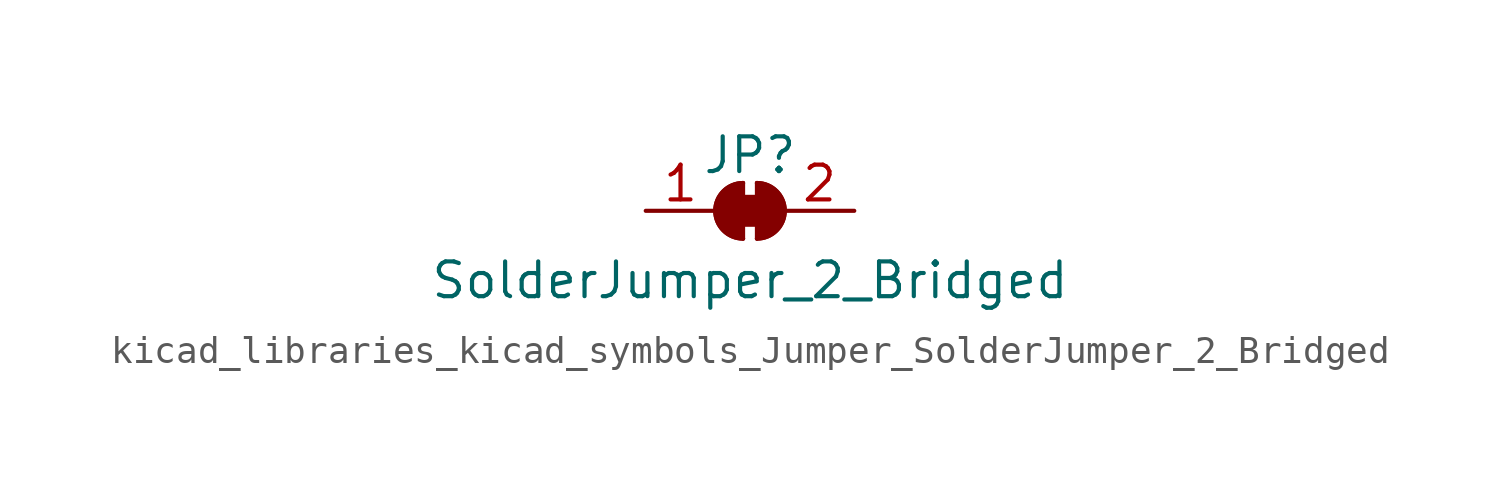
<source format=kicad_sym>
(kicad_symbol_lib
  (version 20220914)
  (generator kicad_symbol_editor)
  (symbol "kicad_libraries_kicad_symbols_Jumper_SolderJumper_2_Bridged"
    (pin_names
      (offset 0) hide)
    (property "Reference" "JP"
      (at 0 2.032 0)
      (effects (font (size 1.27 1.27))))
    (property "Value" "SolderJumper_2_Bridged"
      (at 0 -2.54 0)
      (effects (font (size 1.27 1.27))))
    (symbol "kicad_libraries_kicad_symbols_Jumper_SolderJumper_2_Bridged_0_1"
      (rectangle (start -0.508 0.508) (end 0.508 -0.508) (stroke (width 0) (type default)) (fill (type outline)))
      (arc (start -0.254 1.016) (mid -1.2656 0) (end -0.254 -1.016) (stroke (width 0) (type default)) (fill (type none)))
      (arc (start -0.254 1.016) (mid -1.2656 0) (end -0.254 -1.016) (stroke (width 0) (type default)) (fill (type outline)))
      (polyline (pts (xy -0.254 1.016) (xy -0.254 -1.016)) (stroke (width 0) (type default)) (fill (type none)))
      (polyline (pts (xy 0.254 1.016) (xy 0.254 -1.016)) (stroke (width 0) (type default)) (fill (type none)))
      (arc (start 0.254 -1.016) (mid 1.2656 0) (end 0.254 1.016) (stroke (width 0) (type default)) (fill (type none)))
      (arc (start 0.254 -1.016) (mid 1.2656 0) (end 0.254 1.016) (stroke (width 0) (type default)) (fill (type outline))))
    (symbol "kicad_libraries_kicad_symbols_Jumper_SolderJumper_2_Bridged_1_1"
      (pin passive line (at -3.81 0 0) (length 2.54) (name "A" (effects (font (size 1.27 1.27)))) (number "1" (effects (font (size 1.27 1.27)))))
      (pin passive line (at 3.81 0 180) (length 2.54) (name "B" (effects (font (size 1.27 1.27)))) (number "2" (effects (font (size 1.27 1.27))))))))
</source>
